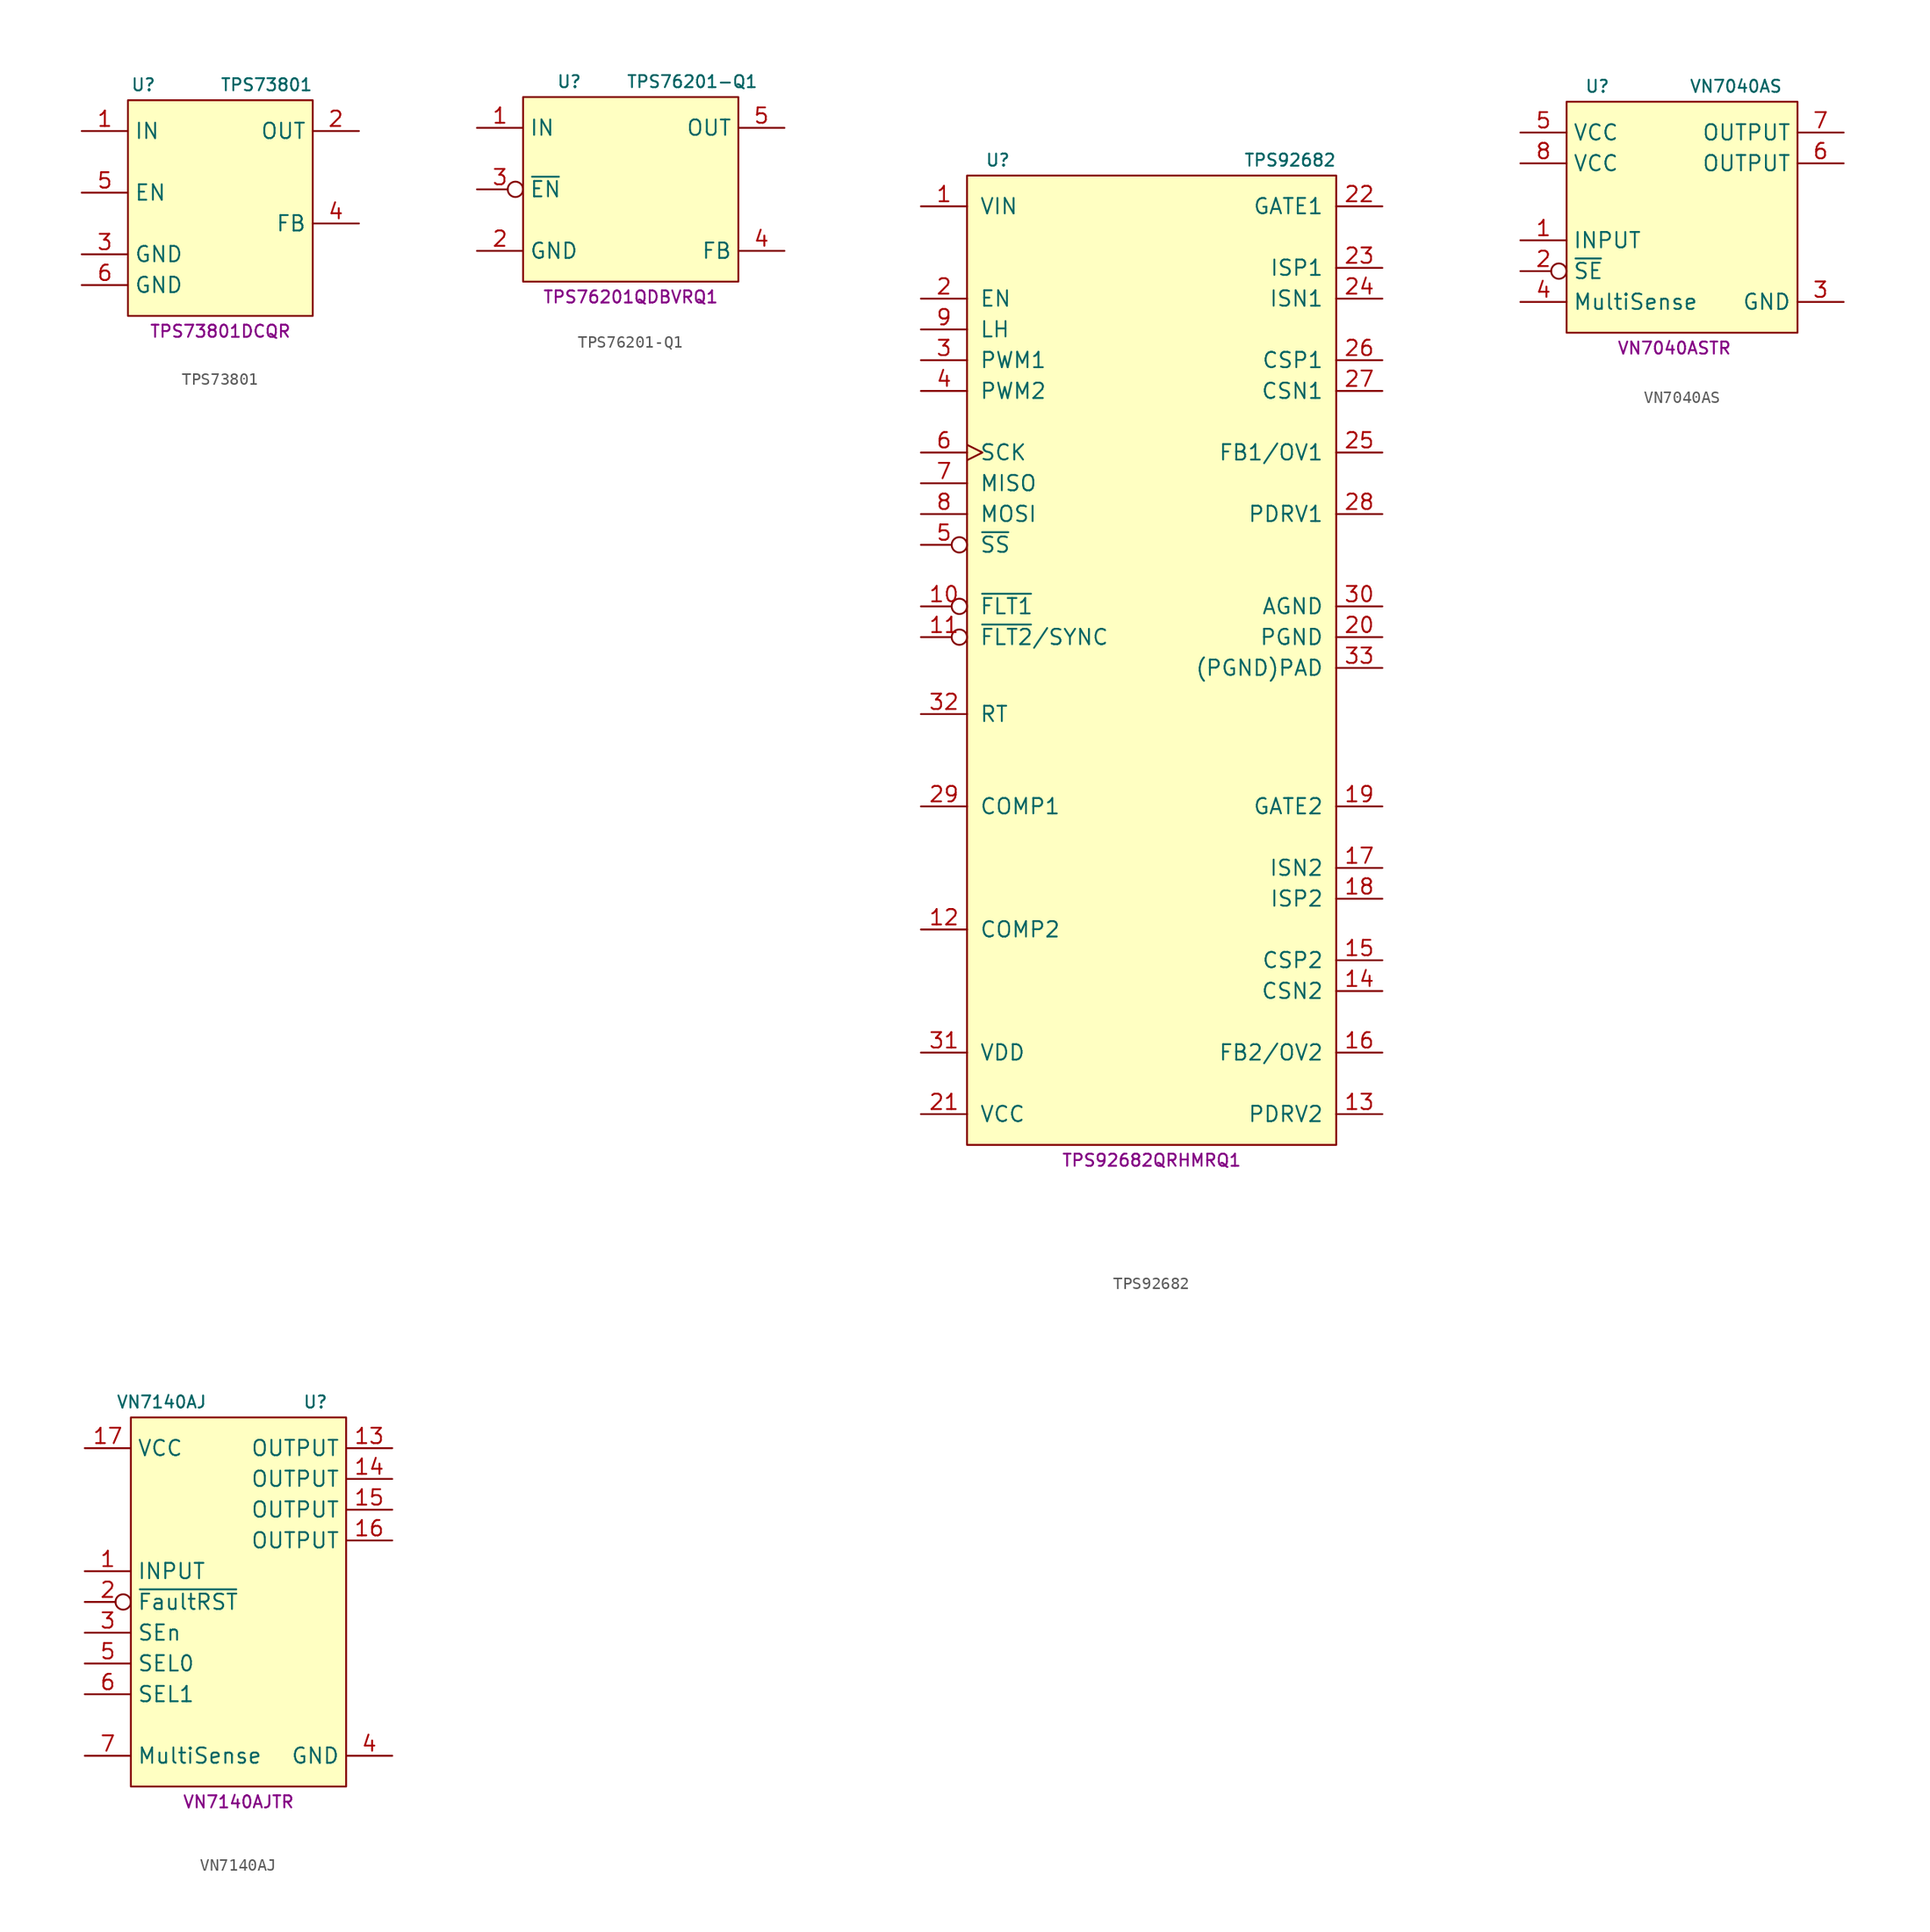
<source format=kicad_sym>
(kicad_symbol_lib
  (version 20231120)
  (generator "kicad_symbol_editor")
  (generator_version "8.0")
  (symbol "TPS73801"
    (property "Reference" "U"
      (at -6.35 8.89 0)
      (effects (font (size 1 1))))
    (property "Value" "TPS73801"
      (at 3.81 8.89 0)
      (effects (font (size 1 1))))
    (property "MPN" "TPS73801DCQR"
      (at 0 -11.43 0)
      (effects (font (size 1 1))))
    (symbol "TPS73801_0_1"
      (rectangle (start -7.62 7.62) (end 7.62 -10.16) (stroke (width 0) (type default)) (fill (type background))))
    (symbol "TPS73801_1_1"
      (pin power_in line (at -11.43 5.08 0) (length 3.81) (name "IN" (effects (font (size 1.27 1.27)))) (number "1" (effects (font (size 1.27 1.27)))))
      (pin power_out line (at 11.43 5.08 180) (length 3.81) (name "OUT" (effects (font (size 1.27 1.27)))) (number "2" (effects (font (size 1.27 1.27)))))
      (pin power_in line (at -11.43 -5.08 0) (length 3.81) (name "GND" (effects (font (size 1.27 1.27)))) (number "3" (effects (font (size 1.27 1.27)))))
      (pin passive line (at 11.43 -2.54 180) (length 3.81) (name "FB" (effects (font (size 1.27 1.27)))) (number "4" (effects (font (size 1.27 1.27)))))
      (pin input line (at -11.43 0 0) (length 3.81) (name "EN" (effects (font (size 1.27 1.27)))) (number "5" (effects (font (size 1.27 1.27)))))
      (pin power_in line (at -11.43 -7.62 0) (length 3.81) (name "GND" (effects (font (size 1.27 1.27)))) (number "6" (effects (font (size 1.27 1.27)))))))
  (symbol "TPS76201-Q1"
    (property "Reference" "U"
      (at -5.08 8.89 0)
      (effects (font (size 1 1))))
    (property "Value" "TPS76201-Q1"
      (at 5.08 8.89 0)
      (effects (font (size 1 1))))
    (property "MPN" "TPS76201QDBVRQ1"
      (at 0 -8.89 0)
      (effects (font (size 1 1))))
    (symbol "TPS76201-Q1_0_1"
      (rectangle (start -8.89 7.62) (end 8.89 -7.62) (stroke (width 0) (type default)) (fill (type background))))
    (symbol "TPS76201-Q1_1_1"
      (pin power_in line (at -12.7 5.08 0) (length 3.81) (name "IN" (effects (font (size 1.27 1.27)))) (number "1" (effects (font (size 1.27 1.27)))))
      (pin power_in line (at -12.7 -5.08 0) (length 3.81) (name "GND" (effects (font (size 1.27 1.27)))) (number "2" (effects (font (size 1.27 1.27)))))
      (pin input inverted (at -12.7 0 0) (length 3.81) (name "~{EN}" (effects (font (size 1.27 1.27)))) (number "3" (effects (font (size 1.27 1.27)))))
      (pin passive line (at 12.7 -5.08 180) (length 3.81) (name "FB" (effects (font (size 1.27 1.27)))) (number "4" (effects (font (size 1.27 1.27)))))
      (pin power_out line (at 12.7 5.08 180) (length 3.81) (name "OUT" (effects (font (size 1.27 1.27)))) (number "5" (effects (font (size 1.27 1.27)))))))
  (symbol "TPS92682"
    (pin_names
      (offset 1.016))
    (property "Reference" "U"
      (at -12.7 36.83 0)
      (effects (font (size 1 1))))
    (property "Value" "TPS92682"
      (at 11.43 36.83 0)
      (effects (font (size 1 1))))
    (property "MPN" "TPS92682QRHMRQ1"
      (at 0 -45.72 0)
      (effects (font (size 1 1))))
    (symbol "TPS92682_1_1"
      (rectangle (start -15.24 35.56) (end 15.24 -44.45) (stroke (width 0) (type default)) (fill (type background)))
      (pin power_in line (at -19.05 33.02 0) (length 3.81) (name "VIN" (effects (font (size 1.27 1.27)))) (number "1" (effects (font (size 1.27 1.27)))))
      (pin open_collector inverted (at -19.05 0 0) (length 3.81) (name "~{FLT1}" (effects (font (size 1.27 1.27)))) (number "10" (effects (font (size 1.27 1.27)))))
      (pin bidirectional inverted (at -19.05 -2.54 0) (length 3.81) (name "~{FLT2}/SYNC" (effects (font (size 1.27 1.27)))) (number "11" (effects (font (size 1.27 1.27)))))
      (pin passive line (at -19.05 -26.67 0) (length 3.81) (name "COMP2" (effects (font (size 1.27 1.27)))) (number "12" (effects (font (size 1.27 1.27)))))
      (pin bidirectional line (at 19.05 -41.91 180) (length 3.81) (name "PDRV2" (effects (font (size 1.27 1.27)))) (number "13" (effects (font (size 1.27 1.27)))))
      (pin input line (at 19.05 -31.75 180) (length 3.81) (name "CSN2" (effects (font (size 1.27 1.27)))) (number "14" (effects (font (size 1.27 1.27)))))
      (pin input line (at 19.05 -29.21 180) (length 3.81) (name "CSP2" (effects (font (size 1.27 1.27)))) (number "15" (effects (font (size 1.27 1.27)))))
      (pin input line (at 19.05 -36.83 180) (length 3.81) (name "FB2/OV2" (effects (font (size 1.27 1.27)))) (number "16" (effects (font (size 1.27 1.27)))))
      (pin input line (at 19.05 -21.59 180) (length 3.81) (name "ISN2" (effects (font (size 1.27 1.27)))) (number "17" (effects (font (size 1.27 1.27)))))
      (pin input line (at 19.05 -24.13 180) (length 3.81) (name "ISP2" (effects (font (size 1.27 1.27)))) (number "18" (effects (font (size 1.27 1.27)))))
      (pin output line (at 19.05 -16.51 180) (length 3.81) (name "GATE2" (effects (font (size 1.27 1.27)))) (number "19" (effects (font (size 1.27 1.27)))))
      (pin input line (at -19.05 25.4 0) (length 3.81) (name "EN" (effects (font (size 1.27 1.27)))) (number "2" (effects (font (size 1.27 1.27)))))
      (pin power_in line (at 19.05 -2.54 180) (length 3.81) (name "PGND" (effects (font (size 1.27 1.27)))) (number "20" (effects (font (size 1.27 1.27)))))
      (pin power_out line (at -19.05 -41.91 0) (length 3.81) (name "VCC" (effects (font (size 1.27 1.27)))) (number "21" (effects (font (size 1.27 1.27)))))
      (pin output line (at 19.05 33.02 180) (length 3.81) (name "GATE1" (effects (font (size 1.27 1.27)))) (number "22" (effects (font (size 1.27 1.27)))))
      (pin input line (at 19.05 27.94 180) (length 3.81) (name "ISP1" (effects (font (size 1.27 1.27)))) (number "23" (effects (font (size 1.27 1.27)))))
      (pin input line (at 19.05 25.4 180) (length 3.81) (name "ISN1" (effects (font (size 1.27 1.27)))) (number "24" (effects (font (size 1.27 1.27)))))
      (pin input line (at 19.05 12.7 180) (length 3.81) (name "FB1/OV1" (effects (font (size 1.27 1.27)))) (number "25" (effects (font (size 1.27 1.27)))))
      (pin input line (at 19.05 20.32 180) (length 3.81) (name "CSP1" (effects (font (size 1.27 1.27)))) (number "26" (effects (font (size 1.27 1.27)))))
      (pin input line (at 19.05 17.78 180) (length 3.81) (name "CSN1" (effects (font (size 1.27 1.27)))) (number "27" (effects (font (size 1.27 1.27)))))
      (pin bidirectional line (at 19.05 7.62 180) (length 3.81) (name "PDRV1" (effects (font (size 1.27 1.27)))) (number "28" (effects (font (size 1.27 1.27)))))
      (pin passive line (at -19.05 -16.51 0) (length 3.81) (name "COMP1" (effects (font (size 1.27 1.27)))) (number "29" (effects (font (size 1.27 1.27)))))
      (pin input line (at -19.05 20.32 0) (length 3.81) (name "PWM1" (effects (font (size 1.27 1.27)))) (number "3" (effects (font (size 1.27 1.27)))))
      (pin power_in line (at 19.05 0 180) (length 3.81) (name "AGND" (effects (font (size 1.27 1.27)))) (number "30" (effects (font (size 1.27 1.27)))))
      (pin power_out line (at -19.05 -36.83 0) (length 3.81) (name "VDD" (effects (font (size 1.27 1.27)))) (number "31" (effects (font (size 1.27 1.27)))))
      (pin bidirectional line (at -19.05 -8.89 0) (length 3.81) (name "RT" (effects (font (size 1.27 1.27)))) (number "32" (effects (font (size 1.27 1.27)))))
      (pin power_in line (at 19.05 -5.08 180) (length 3.81) (name "(PGND)PAD" (effects (font (size 1.27 1.27)))) (number "33" (effects (font (size 1.27 1.27)))))
      (pin input line (at -19.05 17.78 0) (length 3.81) (name "PWM2" (effects (font (size 1.27 1.27)))) (number "4" (effects (font (size 1.27 1.27)))))
      (pin input inverted (at -19.05 5.08 0) (length 3.81) (name "~{SS}" (effects (font (size 1.27 1.27)))) (number "5" (effects (font (size 1.27 1.27)))))
      (pin input clock (at -19.05 12.7 0) (length 3.81) (name "SCK" (effects (font (size 1.27 1.27)))) (number "6" (effects (font (size 1.27 1.27)))))
      (pin open_collector line (at -19.05 10.16 0) (length 3.81) (name "MISO" (effects (font (size 1.27 1.27)))) (number "7" (effects (font (size 1.27 1.27)))))
      (pin input line (at -19.05 7.62 0) (length 3.81) (name "MOSI" (effects (font (size 1.27 1.27)))) (number "8" (effects (font (size 1.27 1.27)))))
      (pin input line (at -19.05 22.86 0) (length 3.81) (name "LH" (effects (font (size 1.27 1.27)))) (number "9" (effects (font (size 1.27 1.27)))))))
  (symbol "VN7040AS"
    (property "Reference" "U"
      (at -6.35 10.16 0)
      (effects (font (size 1 1))))
    (property "Value" "VN7040AS"
      (at 5.08 10.16 0)
      (effects (font (size 1 1))))
    (property "MPN" "VN7040ASTR"
      (at 0 -11.43 0)
      (effects (font (size 1 1))))
    (symbol "VN7040AS_0_1"
      (rectangle (start -8.89 -10.16) (end 10.16 8.89) (stroke (width 0) (type default)) (fill (type background))))
    (symbol "VN7040AS_1_1"
      (pin input line (at -12.7 -2.54 0) (length 3.81) (name "INPUT" (effects (font (size 1.27 1.27)))) (number "1" (effects (font (size 1.27 1.27)))))
      (pin input inverted (at -12.7 -5.08 0) (length 3.81) (name "~{SE}" (effects (font (size 1.27 1.27)))) (number "2" (effects (font (size 1.27 1.27)))))
      (pin power_in line (at 13.97 -7.62 180) (length 3.81) (name "GND" (effects (font (size 1.27 1.27)))) (number "3" (effects (font (size 1.27 1.27)))))
      (pin output line (at -12.7 -7.62 0) (length 3.81) (name "MultiSense" (effects (font (size 1.27 1.27)))) (number "4" (effects (font (size 1.27 1.27)))))
      (pin power_in line (at -12.7 6.35 0) (length 3.81) (name "VCC" (effects (font (size 1.27 1.27)))) (number "5" (effects (font (size 1.27 1.27)))))
      (pin power_out line (at 13.97 3.81 180) (length 3.81) (name "OUTPUT" (effects (font (size 1.27 1.27)))) (number "6" (effects (font (size 1.27 1.27)))))
      (pin power_out line (at 13.97 6.35 180) (length 3.81) (name "OUTPUT" (effects (font (size 1.27 1.27)))) (number "7" (effects (font (size 1.27 1.27)))))
      (pin power_in line (at -12.7 3.81 0) (length 3.81) (name "VCC" (effects (font (size 1.27 1.27)))) (number "8" (effects (font (size 1.27 1.27)))))))
  (symbol "VN7140AJ"
    (property "Reference" "U"
      (at 6.35 11.43 0)
      (effects (font (size 1 1))))
    (property "Value" "VN7140AJ"
      (at -6.35 11.43 0)
      (effects (font (size 1 1))))
    (property "MPN" "VN7140AJTR"
      (at 0 -21.59 0)
      (effects (font (size 1 1))))
    (symbol "VN7140AJ_1_1"
      (rectangle (start -8.89 10.16) (end 8.89 -20.32) (stroke (width 0) (type default)) (fill (type background)))
      (pin input line (at -12.7 -2.54 0) (length 3.81) (name "INPUT" (effects (font (size 1.27 1.27)))) (number "1" (effects (font (size 1.27 1.27)))))
      (pin power_out line (at 12.7 7.62 180) (length 3.81) (name "OUTPUT" (effects (font (size 1.27 1.27)))) (number "13" (effects (font (size 1.27 1.27)))))
      (pin power_out line (at 12.7 5.08 180) (length 3.81) (name "OUTPUT" (effects (font (size 1.27 1.27)))) (number "14" (effects (font (size 1.27 1.27)))))
      (pin power_out line (at 12.7 2.54 180) (length 3.81) (name "OUTPUT" (effects (font (size 1.27 1.27)))) (number "15" (effects (font (size 1.27 1.27)))))
      (pin power_out line (at 12.7 0 180) (length 3.81) (name "OUTPUT" (effects (font (size 1.27 1.27)))) (number "16" (effects (font (size 1.27 1.27)))))
      (pin power_in line (at -12.7 7.62 0) (length 3.81) (name "VCC" (effects (font (size 1.27 1.27)))) (number "17" (effects (font (size 1.27 1.27)))))
      (pin input inverted (at -12.7 -5.08 0) (length 3.81) (name "~{FaultRST}" (effects (font (size 1.27 1.27)))) (number "2" (effects (font (size 1.27 1.27)))))
      (pin input line (at -12.7 -7.62 0) (length 3.81) (name "SEn" (effects (font (size 1.27 1.27)))) (number "3" (effects (font (size 1.27 1.27)))))
      (pin power_in line (at 12.7 -17.78 180) (length 3.81) (name "GND" (effects (font (size 1.27 1.27)))) (number "4" (effects (font (size 1.27 1.27)))))
      (pin input line (at -12.7 -10.16 0) (length 3.81) (name "SEL0" (effects (font (size 1.27 1.27)))) (number "5" (effects (font (size 1.27 1.27)))))
      (pin input line (at -12.7 -12.7 0) (length 3.81) (name "SEL1" (effects (font (size 1.27 1.27)))) (number "6" (effects (font (size 1.27 1.27)))))
      (pin output line (at -12.7 -17.78 0) (length 3.81) (name "MultiSense" (effects (font (size 1.27 1.27)))) (number "7" (effects (font (size 1.27 1.27))))))))
</source>
